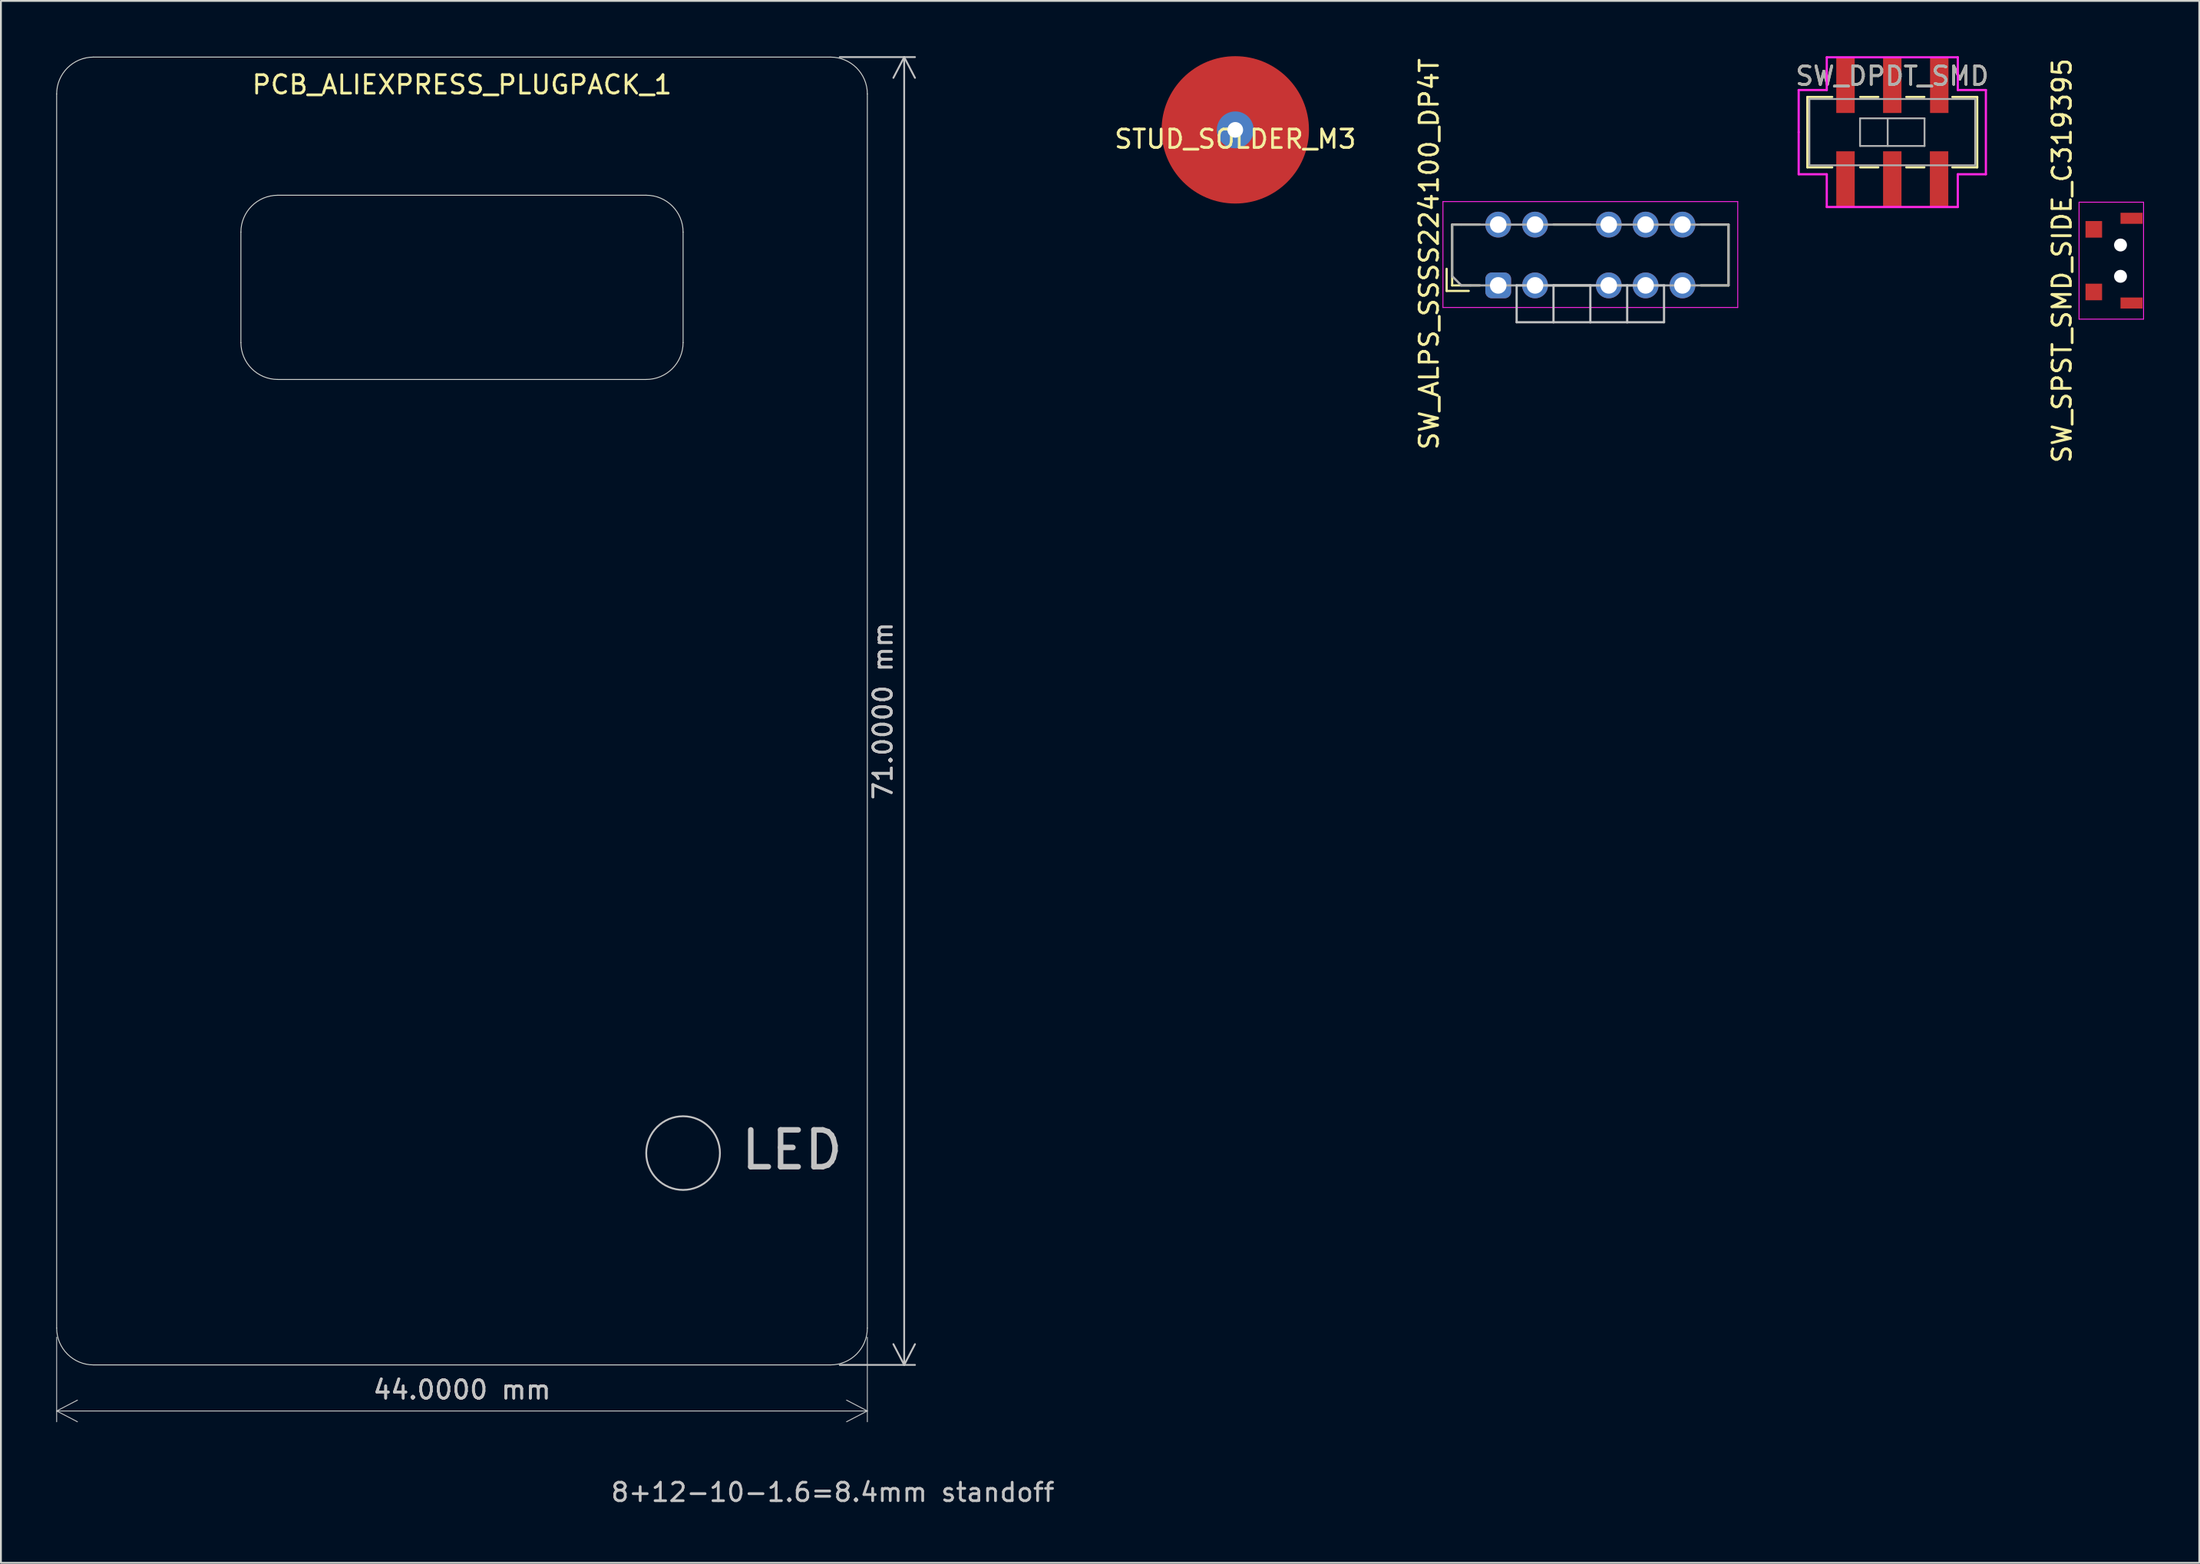
<source format=kicad_pcb>
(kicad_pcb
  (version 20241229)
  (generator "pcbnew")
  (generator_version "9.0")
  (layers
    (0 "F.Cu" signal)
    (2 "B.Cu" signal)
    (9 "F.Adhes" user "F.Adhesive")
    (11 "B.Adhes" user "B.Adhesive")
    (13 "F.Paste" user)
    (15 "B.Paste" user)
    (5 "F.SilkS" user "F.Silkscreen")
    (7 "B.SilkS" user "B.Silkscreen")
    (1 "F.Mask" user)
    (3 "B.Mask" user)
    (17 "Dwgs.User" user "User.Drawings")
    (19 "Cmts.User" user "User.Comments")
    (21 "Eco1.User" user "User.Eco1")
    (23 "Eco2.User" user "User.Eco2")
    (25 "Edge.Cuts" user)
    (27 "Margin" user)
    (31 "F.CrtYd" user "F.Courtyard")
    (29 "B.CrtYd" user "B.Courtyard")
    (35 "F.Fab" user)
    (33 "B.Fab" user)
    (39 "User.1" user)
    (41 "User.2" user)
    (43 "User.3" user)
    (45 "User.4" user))
  (footprint "SW_ALPS_SSSS224100_DP4T"
    (layer "F.Cu")
    (at 78.266 12.444)
    (property "Reference" "SW_ALPS_SSSS224100_DP4T" (at -3.75 -1.7 90) (layer "F.SilkS") (effects (font (size 1 1) (thickness 0.15))))
    (attr through_hole)
    (fp_line (start -2.8 -0.9) (end -2.8 0.3) (stroke (width 0.12) (type solid)) (layer "F.SilkS"))
    (fp_line (start -2.8 0.3) (end -1.6 0.3) (stroke (width 0.12) (type solid)) (layer "F.SilkS"))
    (fp_line (start -2.5 -3.3) (end -2.5 0) (stroke (width 0.12) (type solid)) (layer "F.SilkS"))
    (fp_line (start -2.5 -3.3) (end -1 -3.3) (stroke (width 0.12) (type solid)) (layer "F.SilkS"))
    (fp_line (start -2.5 0) (end -1 0) (stroke (width 0.12) (type solid)) (layer "F.SilkS"))
    (fp_line (start 3 -3.3) (end 5 -3.3) (stroke (width 0.12) (type solid)) (layer "F.SilkS"))
    (fp_line (start 3 0) (end 5 0) (stroke (width 0.12) (type solid)) (layer "F.SilkS"))
    (fp_line (start 12.5 -3.3) (end 11 -3.3) (stroke (width 0.12) (type solid)) (layer "F.SilkS"))
    (fp_line (start 12.5 0) (end 11 0) (stroke (width 0.12) (type solid)) (layer "F.SilkS"))
    (fp_line (start 12.5 0) (end 12.5 -3.3) (stroke (width 0.12) (type solid)) (layer "F.SilkS"))
    (fp_line (start 1 0) (end 3 0) (stroke (width 0.12) (type solid)) (layer "Dwgs.User"))
    (fp_line (start 1 2) (end 1 0) (stroke (width 0.12) (type solid)) (layer "Dwgs.User"))
    (fp_line (start 3 0) (end 3 2) (stroke (width 0.12) (type solid)) (layer "Dwgs.User"))
    (fp_line (start 3 2) (end 1 2) (stroke (width 0.12) (type solid)) (layer "Dwgs.User"))
    (fp_line (start 3 2) (end 5 2) (stroke (width 0.12) (type solid)) (layer "Dwgs.User"))
    (fp_line (start 5 0) (end 3 0) (stroke (width 0.12) (type solid)) (layer "Dwgs.User"))
    (fp_line (start 5 2) (end 5 0) (stroke (width 0.12) (type solid)) (layer "Dwgs.User"))
    (fp_line (start 5 2) (end 7 2) (stroke (width 0.12) (type solid)) (layer "Dwgs.User"))
    (fp_line (start 7 0) (end 5 0) (stroke (width 0.12) (type solid)) (layer "Dwgs.User"))
    (fp_line (start 7 2) (end 7 0) (stroke (width 0.12) (type solid)) (layer "Dwgs.User"))
    (fp_line (start 7 2) (end 9 2) (stroke (width 0.12) (type solid)) (layer "Dwgs.User"))
    (fp_line (start 9 0) (end 7 0) (stroke (width 0.12) (type solid)) (layer "Dwgs.User"))
    (fp_line (start 9 2) (end 9 0) (stroke (width 0.12) (type solid)) (layer "Dwgs.User"))
    (fp_line (start -3 -4.55) (end -3 1.2) (stroke (width 0.05) (type solid)) (layer "F.CrtYd"))
    (fp_line (start -3 1.2) (end 13 1.2) (stroke (width 0.05) (type solid)) (layer "F.CrtYd"))
    (fp_line (start 13 -4.55) (end -3 -4.55) (stroke (width 0.05) (type solid)) (layer "F.CrtYd"))
    (fp_line (start 13 1.2) (end 13 -4.55) (stroke (width 0.05) (type solid)) (layer "F.CrtYd"))
    (fp_line (start -2.5 -0.5) (end -2.5 -3.3) (stroke (width 0.12) (type solid)) (layer "F.Fab"))
    (fp_line (start -2 -3.3) (end -2.5 -3.3) (stroke (width 0.12) (type solid)) (layer "F.Fab"))
    (fp_line (start -2 0) (end -2.5 -0.5) (stroke (width 0.12) (type solid)) (layer "F.Fab"))
    (fp_line (start -2 0) (end -1.5 0) (stroke (width 0.12) (type solid)) (layer "F.Fab"))
    (fp_line (start 12.5 -3.3) (end -2 -3.3) (stroke (width 0.12) (type solid)) (layer "F.Fab"))
    (fp_line (start 12.5 0) (end -1.5 0) (stroke (width 0.12) (type solid)) (layer "F.Fab"))
    (fp_line (start 12.5 0) (end 12.5 -3.3) (stroke (width 0.12) (type solid)) (layer "F.Fab"))
    (pad "1" thru_hole roundrect (at 0 0) (size 1.4 1.4) (drill 0.9) (layers "*.Cu" "*.Mask") (roundrect_rratio 0.25))
    (pad "2" thru_hole circle (at 2 0) (size 1.4 1.4) (drill 0.9) (layers "*.Cu" "*.Mask"))
    (pad "3" thru_hole circle (at 6 0) (size 1.4 1.4) (drill 0.9) (layers "*.Cu" "*.Mask"))
    (pad "4" thru_hole circle (at 8 0) (size 1.4 1.4) (drill 0.9) (layers "*.Cu" "*.Mask"))
    (pad "5" thru_hole circle (at 10 0) (size 1.4 1.4) (drill 0.9) (layers "*.Cu" "*.Mask"))
    (pad "6" thru_hole circle (at 0 -3.3) (size 1.4 1.4) (drill 0.9) (layers "*.Cu" "*.Mask"))
    (pad "7" thru_hole circle (at 2 -3.3) (size 1.4 1.4) (drill 0.9) (layers "*.Cu" "*.Mask"))
    (pad "8" thru_hole circle (at 6 -3.3) (size 1.4 1.4) (drill 0.9) (layers "*.Cu" "*.Mask"))
    (pad "9" thru_hole circle (at 8 -3.3) (size 1.4 1.4) (drill 0.9) (layers "*.Cu" "*.Mask"))
    (pad "10" thru_hole circle (at 10 -3.3) (size 1.4 1.4) (drill 0.9) (layers "*.Cu" "*.Mask")))
  (footprint "SW_DPDT_SMD"
    (layer "F.Cu")
    (at 99.654 4.124)
    (property "Reference" "SW_DPDT_SMD" (at 0 -3.05 0) (layer "F.SilkS") (effects (font (size 1 1) (thickness 0.15))))
    (attr smd)
    (fp_line (start -4.61 -1.91) (end -4.61 1.91) (stroke (width 0.12) (type solid)) (layer "F.SilkS"))
    (fp_line (start -4.61 1.91) (end -3.26 1.91) (stroke (width 0.12) (type solid)) (layer "F.SilkS"))
    (fp_line (start -3.26 -1.91) (end -4.61 -1.91) (stroke (width 0.12) (type solid)) (layer "F.SilkS"))
    (fp_line (start -0.76 -1.91) (end -1.74 -1.91) (stroke (width 0.12) (type solid)) (layer "F.SilkS"))
    (fp_line (start -0.76 1.91) (end -1.74 1.91) (stroke (width 0.12) (type solid)) (layer "F.SilkS"))
    (fp_line (start 1.74 -1.91) (end 0.76 -1.91) (stroke (width 0.12) (type solid)) (layer "F.SilkS"))
    (fp_line (start 1.74 1.91) (end 0.76 1.91) (stroke (width 0.12) (type solid)) (layer "F.SilkS"))
    (fp_line (start 4.61 -1.91) (end 3.26 -1.91) (stroke (width 0.12) (type solid)) (layer "F.SilkS"))
    (fp_line (start 4.61 -1.91) (end 4.61 1.91) (stroke (width 0.12) (type solid)) (layer "F.SilkS"))
    (fp_line (start 4.61 1.91) (end 3.26 1.91) (stroke (width 0.12) (type solid)) (layer "F.SilkS"))
    (fp_line (start -5.08 -2.286) (end -3.556 -2.286) (stroke (width 0.12) (type solid)) (layer "F.CrtYd"))
    (fp_line (start -5.08 0) (end -5.08 -2.286) (stroke (width 0.12) (type solid)) (layer "F.CrtYd"))
    (fp_line (start -5.08 2.286) (end -5.08 0) (stroke (width 0.12) (type solid)) (layer "F.CrtYd"))
    (fp_line (start -3.556 -4.064) (end 3.556 -4.064) (stroke (width 0.12) (type solid)) (layer "F.CrtYd"))
    (fp_line (start -3.556 -2.286) (end -3.556 -4.064) (stroke (width 0.12) (type solid)) (layer "F.CrtYd"))
    (fp_line (start -3.556 2.286) (end -5.08 2.286) (stroke (width 0.12) (type solid)) (layer "F.CrtYd"))
    (fp_line (start -3.556 4.064) (end -3.556 2.286) (stroke (width 0.12) (type solid)) (layer "F.CrtYd"))
    (fp_line (start 3.556 -4.064) (end 3.556 -2.286) (stroke (width 0.12) (type solid)) (layer "F.CrtYd"))
    (fp_line (start 3.556 -2.286) (end 5.08 -2.286) (stroke (width 0.12) (type solid)) (layer "F.CrtYd"))
    (fp_line (start 3.556 2.286) (end 3.556 4.064) (stroke (width 0.12) (type solid)) (layer "F.CrtYd"))
    (fp_line (start 3.556 4.064) (end -3.556 4.064) (stroke (width 0.12) (type solid)) (layer "F.CrtYd"))
    (fp_line (start 5.08 -2.286) (end 5.08 2.286) (stroke (width 0.12) (type solid)) (layer "F.CrtYd"))
    (fp_line (start 5.08 2.286) (end 3.556 2.286) (stroke (width 0.12) (type solid)) (layer "F.CrtYd"))
    (fp_line (start -4.5 -1.8) (end 4.5 -1.8) (stroke (width 0.1) (type solid)) (layer "F.Fab"))
    (fp_line (start -4.5 1.8) (end -4.5 -1.8) (stroke (width 0.1) (type solid)) (layer "F.Fab"))
    (fp_line (start -1.75 -0.75) (end -1.75 0.75) (stroke (width 0.1) (type solid)) (layer "F.Fab"))
    (fp_line (start -1.75 -0.75) (end 1.75 -0.75) (stroke (width 0.1) (type solid)) (layer "F.Fab"))
    (fp_line (start -0.25 -0.75) (end -0.25 0.75) (stroke (width 0.1) (type solid)) (layer "F.Fab"))
    (fp_line (start 1.75 -0.75) (end 1.75 0.75) (stroke (width 0.1) (type solid)) (layer "F.Fab"))
    (fp_line (start 1.75 0.75) (end -1.75 0.75) (stroke (width 0.1) (type solid)) (layer "F.Fab"))
    (fp_line (start 4.5 -1.8) (end 4.5 1.8) (stroke (width 0.1) (type solid)) (layer "F.Fab"))
    (fp_line (start 4.5 1.8) (end -4.5 1.8) (stroke (width 0.1) (type solid)) (layer "F.Fab"))
    (fp_text user "${REFERENCE}" (at 0 -3.05 0) (layer "F.Fab") (effects (font (size 1 1) (thickness 0.15))))
    (pad "1" smd rect (at -2.54 -2.54) (size 1 3) (layers "F.Cu" "F.Mask" "F.Paste"))
    (pad "2" smd rect (at 0 -2.54) (size 1 3) (layers "F.Cu" "F.Mask" "F.Paste"))
    (pad "3" smd rect (at 2.55 -2.54) (size 1 3) (layers "F.Cu" "F.Mask" "F.Paste"))
    (pad "4" smd rect (at -2.54 2.54) (size 1 3) (layers "F.Cu" "F.Mask" "F.Paste"))
    (pad "5" smd rect (at 0 2.54) (size 1 3) (layers "F.Cu" "F.Mask" "F.Paste"))
    (pad "6" smd rect (at 2.54 2.54) (size 1 3) (layers "F.Cu" "F.Mask" "F.Paste")))
  (footprint "STUD_SOLDER_M3"
    (layer "F.Cu")
    (at 63.995 4)
    (property "Reference" "STUD_SOLDER_M3" (at 0 0.5 0) (layer "F.SilkS") (effects (font (size 1 1) (thickness 0.15))))
    (attr smd)
    (pad "1" thru_hole circle (at 0 0) (size 2 2) (drill 0.85) (layers "*.Cu" "*.Mask"))
    (pad "1" smd circle (at 0 0) (size 8 8) (layers "F.Cu" "F.Mask" "F.Paste")))
  (footprint "PCB_ALIEXPRESS_PLUGPACK_1"
    (layer "F.Cu")
    (at 22.025 35.55)
    (property "Reference" "PCB_ALIEXPRESS_PLUGPACK_1" (at 0 -34 0) (unlocked yes) (layer "F.SilkS") (effects (font (size 1 1) (thickness 0.15))))
    (fp_circle (center 12 24) (end 12 26) (stroke (width 0.1) (type default)) (fill no) (layer "Dwgs.User"))
    (fp_line (start -22 -33.5) (end -22 33.5) (stroke (width 0.05) (type default)) (layer "Edge.Cuts"))
    (fp_line (start -20 -35.5) (end 20 -35.5) (stroke (width 0.05) (type default)) (layer "Edge.Cuts"))
    (fp_line (start -12 -26) (end -12 -20) (stroke (width 0.05) (type default)) (layer "Edge.Cuts"))
    (fp_line (start -10 -18) (end 10 -18) (stroke (width 0.05) (type default)) (layer "Edge.Cuts"))
    (fp_line (start 10 -28) (end -10 -28) (stroke (width 0.05) (type default)) (layer "Edge.Cuts"))
    (fp_line (start 12 -20) (end 12 -26) (stroke (width 0.05) (type default)) (layer "Edge.Cuts"))
    (fp_line (start 20 35.5) (end -20 35.5) (stroke (width 0.05) (type default)) (layer "Edge.Cuts"))
    (fp_line (start 22 33.5) (end 22 -33.5) (stroke (width 0.05) (type default)) (layer "Edge.Cuts"))
    (fp_arc (start -22 -33.5) (mid -21.414214 -34.914214) (end -20 -35.5) (stroke (width 0.05) (type default)) (layer "Edge.Cuts"))
    (fp_arc (start -20 35.5) (mid -21.414214 34.914214) (end -22 33.5) (stroke (width 0.05) (type default)) (layer "Edge.Cuts"))
    (fp_arc (start -12 -26) (mid -11.414214 -27.414214) (end -10 -28) (stroke (width 0.05) (type default)) (layer "Edge.Cuts"))
    (fp_arc (start -10 -18) (mid -11.414214 -18.585786) (end -12 -20) (stroke (width 0.05) (type default)) (layer "Edge.Cuts"))
    (fp_arc (start 10 -28) (mid 11.414214 -27.414214) (end 12 -26) (stroke (width 0.05) (type default)) (layer "Edge.Cuts"))
    (fp_arc (start 12 -20) (mid 11.414214 -18.585786) (end 10 -18) (stroke (width 0.05) (type default)) (layer "Edge.Cuts"))
    (fp_arc (start 20 -35.5) (mid 21.414214 -34.914214) (end 22 -33.5) (stroke (width 0.05) (type default)) (layer "Edge.Cuts"))
    (fp_arc (start 22 33.5) (mid 21.414214 34.914214) (end 20 35.5) (stroke (width 0.05) (type default)) (layer "Edge.Cuts"))
    (fp_text user "8+12-10-1.6=8.4mm standoff" (at 8 43 0) (unlocked yes) (layer "Dwgs.User") (effects (font (size 1 1) (thickness 0.15)) (justify left bottom)))
    (fp_text user "LED" (at 15 25 0) (unlocked yes) (layer "Dwgs.User") (effects (font (size 2 2) (thickness 0.3)) (justify left bottom)))
    (dimension (type aligned) (layer "Dwgs.User") (pts (xy 42.025 71.05) (xy 42.025 0.05)) (height 4) (format (prefix "") (suffix "") (units 3) (units_format 1) (precision 4)) (style (thickness 0.1) (arrow_length 1.27) (text_position_mode 0) (arrow_direction outward) (extension_height 0.586) (extension_offset 0.5) (keep_text_aligned yes)) (gr_text "71.0000 mm" (at 44.875 35.55 90) (layer "Dwgs.User") (effects (font (size 1 1) (thickness 0.15)))))
    (dimension (type aligned) (layer "Dwgs.User") (pts (xy 0.025 69.05) (xy 44.025 69.05)) (height 4.5) (format (prefix "") (suffix "") (units 3) (units_format 1) (precision 4)) (style (thickness 0.05) (arrow_length 1.27) (text_position_mode 0) (arrow_direction outward) (extension_height 0.586) (extension_offset 0.5) (keep_text_aligned yes)) (gr_text "44.0000 mm" (at 22.025 72.4 0) (layer "Dwgs.User") (effects (font (size 1 1) (thickness 0.15))))))
  (footprint "SW_SPST_SMD_SIDE_C319395"
    (layer "F.Cu")
    (at 112.041 11.101)
    (property "Reference" "SW_SPST_SMD_SIDE_C319395" (at -3.175 0 90) (layer "F.SilkS") (effects (font (size 1 1) (thickness 0.15))))
    (attr smd)
    (fp_line (start -2.25 -3.175) (end -2.25 3.175) (stroke (width 0.05) (type solid)) (layer "F.CrtYd"))
    (fp_line (start -2.25 -3.175) (end 1.25 -3.175) (stroke (width 0.05) (type solid)) (layer "F.CrtYd"))
    (fp_line (start 1.25 -3.175) (end 1.25 3.175) (stroke (width 0.05) (type solid)) (layer "F.CrtYd"))
    (fp_line (start 1.25 3.175) (end -2.25 3.175) (stroke (width 0.05) (type solid)) (layer "F.CrtYd"))
    (pad "" np_thru_hole circle (at 0 -0.85) (size 0.7 0.7) (drill 0.7) (layers "*.Cu" "*.Mask"))
    (pad "" np_thru_hole circle (at 0 0.85) (size 0.7 0.7) (drill 0.7) (layers "*.Cu" "*.Mask"))
    (pad "1" smd rect (at -1.45 1.7) (size 0.9 0.9) (layers "F.Cu" "F.Mask" "F.Paste"))
    (pad "2" smd rect (at -1.45 -1.7) (size 0.9 0.9) (layers "F.Cu" "F.Mask" "F.Paste"))
    (pad "NC" smd rect (at 0.6 -2.3) (size 1.2 0.6) (layers "F.Cu" "F.Mask" "F.Paste"))
    (pad "NC" smd rect (at 0.6 2.3) (size 1.2 0.6) (layers "F.Cu" "F.Mask" "F.Paste")))
  (gr_rect
    (start -3 -3)
    (end 116.316 81.796)
    (stroke (width 0.1) (type default))
    (fill no)
    (layer "Edge.Cuts")))
</source>
